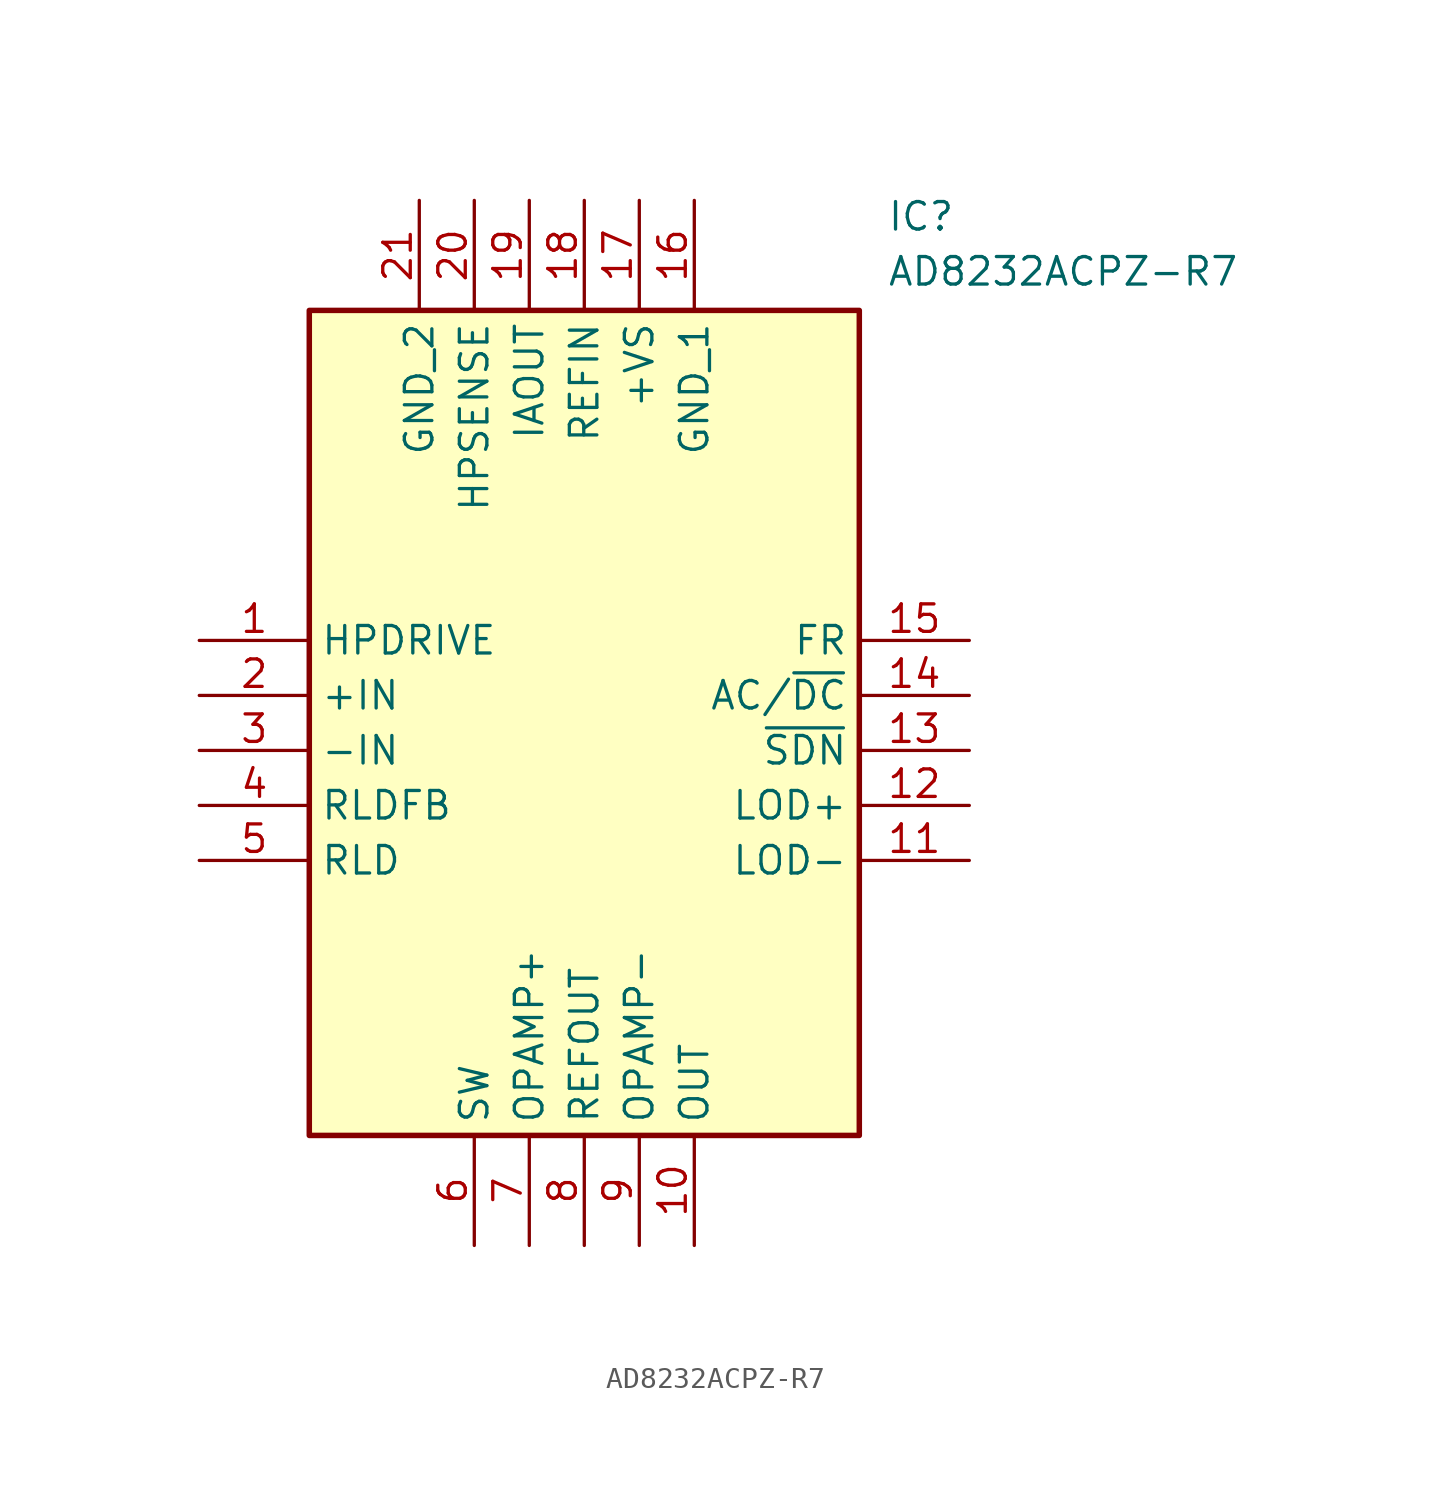
<source format=kicad_sym>
(kicad_symbol_lib
  (version 20231120)
  (generator "kicad_symbol_editor")
  (generator_version "8.0")
  (symbol "AD8232ACPZ-R7"
    (property "Reference" "IC"
      (at 31.75 20.32 0)
      (effects (font (size 1.27 1.27)) (justify left top)))
    (property "Value" "AD8232ACPZ-R7"
      (at 31.75 17.78 0)
      (effects (font (size 1.27 1.27)) (justify left top)))
    (symbol "AD8232ACPZ-R7_1_1"
      (rectangle (start 5.08 15.24) (end 30.48 -22.86) (stroke (width 0.254) (type default)) (fill (type background)))
      (pin passive line (at 0 0 0) (length 5.08) (name "HPDRIVE" (effects (font (size 1.27 1.27)))) (number "1" (effects (font (size 1.27 1.27)))))
      (pin passive line (at 22.86 -27.94 90) (length 5.08) (name "OUT" (effects (font (size 1.27 1.27)))) (number "10" (effects (font (size 1.27 1.27)))))
      (pin passive line (at 35.56 -10.16 180) (length 5.08) (name "LOD-" (effects (font (size 1.27 1.27)))) (number "11" (effects (font (size 1.27 1.27)))))
      (pin passive line (at 35.56 -7.62 180) (length 5.08) (name "LOD+" (effects (font (size 1.27 1.27)))) (number "12" (effects (font (size 1.27 1.27)))))
      (pin passive line (at 35.56 -5.08 180) (length 5.08) (name "~{SDN}" (effects (font (size 1.27 1.27)))) (number "13" (effects (font (size 1.27 1.27)))))
      (pin passive line (at 35.56 -2.54 180) (length 5.08) (name "AC/~{DC}" (effects (font (size 1.27 1.27)))) (number "14" (effects (font (size 1.27 1.27)))))
      (pin passive line (at 35.56 0 180) (length 5.08) (name "FR" (effects (font (size 1.27 1.27)))) (number "15" (effects (font (size 1.27 1.27)))))
      (pin passive line (at 22.86 20.32 270) (length 5.08) (name "GND_1" (effects (font (size 1.27 1.27)))) (number "16" (effects (font (size 1.27 1.27)))))
      (pin passive line (at 20.32 20.32 270) (length 5.08) (name "+VS" (effects (font (size 1.27 1.27)))) (number "17" (effects (font (size 1.27 1.27)))))
      (pin passive line (at 17.78 20.32 270) (length 5.08) (name "REFIN" (effects (font (size 1.27 1.27)))) (number "18" (effects (font (size 1.27 1.27)))))
      (pin passive line (at 15.24 20.32 270) (length 5.08) (name "IAOUT" (effects (font (size 1.27 1.27)))) (number "19" (effects (font (size 1.27 1.27)))))
      (pin passive line (at 0 -2.54 0) (length 5.08) (name "+IN" (effects (font (size 1.27 1.27)))) (number "2" (effects (font (size 1.27 1.27)))))
      (pin passive line (at 12.7 20.32 270) (length 5.08) (name "HPSENSE" (effects (font (size 1.27 1.27)))) (number "20" (effects (font (size 1.27 1.27)))))
      (pin passive line (at 10.16 20.32 270) (length 5.08) (name "GND_2" (effects (font (size 1.27 1.27)))) (number "21" (effects (font (size 1.27 1.27)))))
      (pin passive line (at 0 -5.08 0) (length 5.08) (name "-IN" (effects (font (size 1.27 1.27)))) (number "3" (effects (font (size 1.27 1.27)))))
      (pin passive line (at 0 -7.62 0) (length 5.08) (name "RLDFB" (effects (font (size 1.27 1.27)))) (number "4" (effects (font (size 1.27 1.27)))))
      (pin passive line (at 0 -10.16 0) (length 5.08) (name "RLD" (effects (font (size 1.27 1.27)))) (number "5" (effects (font (size 1.27 1.27)))))
      (pin passive line (at 12.7 -27.94 90) (length 5.08) (name "SW" (effects (font (size 1.27 1.27)))) (number "6" (effects (font (size 1.27 1.27)))))
      (pin passive line (at 15.24 -27.94 90) (length 5.08) (name "OPAMP+" (effects (font (size 1.27 1.27)))) (number "7" (effects (font (size 1.27 1.27)))))
      (pin passive line (at 17.78 -27.94 90) (length 5.08) (name "REFOUT" (effects (font (size 1.27 1.27)))) (number "8" (effects (font (size 1.27 1.27)))))
      (pin passive line (at 20.32 -27.94 90) (length 5.08) (name "OPAMP-" (effects (font (size 1.27 1.27)))) (number "9" (effects (font (size 1.27 1.27))))))))
</source>
